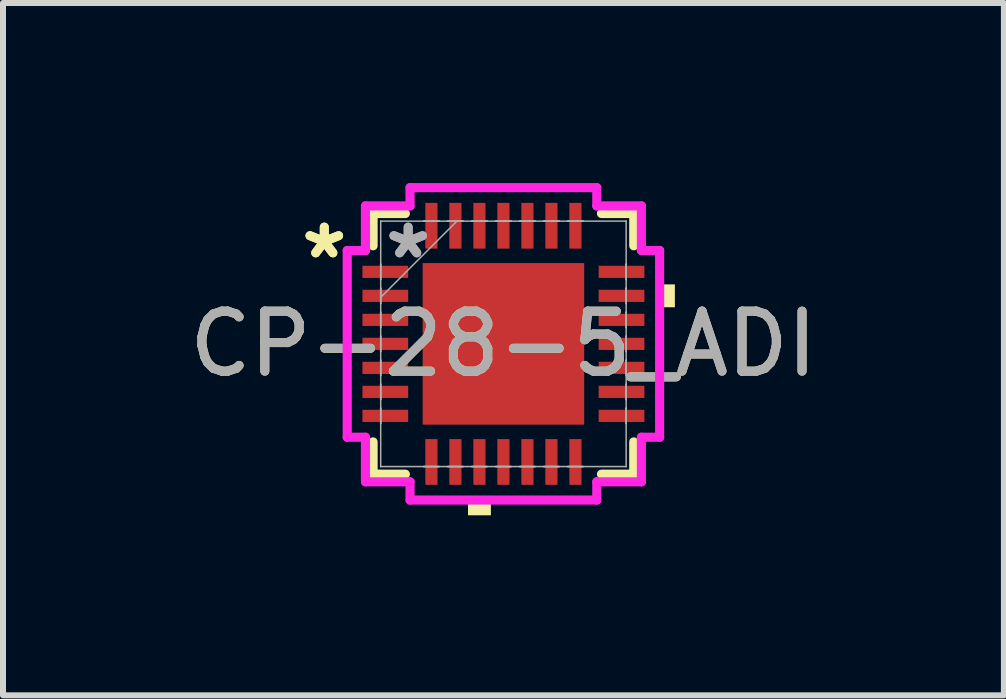
<source format=kicad_pcb>
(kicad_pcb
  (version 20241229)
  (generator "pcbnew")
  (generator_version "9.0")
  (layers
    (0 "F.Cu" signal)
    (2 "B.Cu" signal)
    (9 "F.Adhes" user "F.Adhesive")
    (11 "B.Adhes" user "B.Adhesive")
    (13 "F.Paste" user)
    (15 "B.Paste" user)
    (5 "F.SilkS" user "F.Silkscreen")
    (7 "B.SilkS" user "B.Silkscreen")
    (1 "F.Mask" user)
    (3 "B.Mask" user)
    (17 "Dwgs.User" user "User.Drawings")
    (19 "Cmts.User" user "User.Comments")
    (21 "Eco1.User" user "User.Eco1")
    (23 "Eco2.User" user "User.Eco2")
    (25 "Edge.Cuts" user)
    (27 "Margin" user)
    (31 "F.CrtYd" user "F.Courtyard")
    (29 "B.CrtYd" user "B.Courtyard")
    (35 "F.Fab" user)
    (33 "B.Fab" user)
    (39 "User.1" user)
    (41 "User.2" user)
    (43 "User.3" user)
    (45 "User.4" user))
  (footprint "CP-28-5_ADI"
    (layer "F.Cu")
    (at 5.339 2.68)
    (property "Reference" "CP-28-5_ADI" (at 0 0 0) (unlocked yes) (layer "F.SilkS") (effects (font (size 1 1) (thickness 0.15))))
    (attr smd)
    (fp_line (start -2.172 -2.172) (end -2.172 -1.634) (stroke (width 0.152) (type solid)) (layer "F.SilkS"))
    (fp_line (start -2.172 1.634) (end -2.172 2.172) (stroke (width 0.152) (type solid)) (layer "F.SilkS"))
    (fp_line (start -2.172 2.172) (end -1.634 2.172) (stroke (width 0.152) (type solid)) (layer "F.SilkS"))
    (fp_line (start -1.634 -2.172) (end -2.172 -2.172) (stroke (width 0.152) (type solid)) (layer "F.SilkS"))
    (fp_line (start 1.634 2.172) (end 2.172 2.172) (stroke (width 0.152) (type solid)) (layer "F.SilkS"))
    (fp_line (start 2.172 -2.172) (end 1.634 -2.172) (stroke (width 0.152) (type solid)) (layer "F.SilkS"))
    (fp_line (start 2.172 -1.634) (end 2.172 -2.172) (stroke (width 0.152) (type solid)) (layer "F.SilkS"))
    (fp_line (start 2.172 2.172) (end 2.172 1.634) (stroke (width 0.152) (type solid)) (layer "F.SilkS"))
    (fp_poly (pts (xy -0.59 2.603) (xy -0.59 2.857) (xy -0.209 2.857) (xy -0.209 2.603)) (stroke (width 0) (type solid)) (fill yes) (layer "F.SilkS"))
    (fp_poly (pts (xy 2.857 -0.991) (xy 2.857 -0.61) (xy 2.603 -0.61) (xy 2.603 -0.991)) (stroke (width 0) (type solid)) (fill yes) (layer "F.SilkS"))
    (fp_poly (pts (xy -1.246 -1.246) (xy -1.246 -0.1) (xy -0.1 -0.1) (xy -0.1 -1.246)) (stroke (width 0) (type solid)) (fill yes) (layer "F.Paste"))
    (fp_poly (pts (xy -1.246 0.1) (xy -1.246 1.246) (xy -0.1 1.246) (xy -0.1 0.1)) (stroke (width 0) (type solid)) (fill yes) (layer "F.Paste"))
    (fp_poly (pts (xy 0.1 -1.246) (xy 0.1 -0.1) (xy 1.246 -0.1) (xy 1.246 -1.246)) (stroke (width 0) (type solid)) (fill yes) (layer "F.Paste"))
    (fp_poly (pts (xy 0.1 0.1) (xy 0.1 1.246) (xy 1.246 1.246) (xy 1.246 0.1)) (stroke (width 0) (type solid)) (fill yes) (layer "F.Paste"))
    (fp_line (start -2.603 -1.556) (end -2.299 -1.556) (stroke (width 0.152) (type solid)) (layer "F.CrtYd"))
    (fp_line (start -2.603 1.556) (end -2.603 -1.556) (stroke (width 0.152) (type solid)) (layer "F.CrtYd"))
    (fp_line (start -2.299 -2.299) (end -1.556 -2.299) (stroke (width 0.152) (type solid)) (layer "F.CrtYd"))
    (fp_line (start -2.299 -1.556) (end -2.299 -2.299) (stroke (width 0.152) (type solid)) (layer "F.CrtYd"))
    (fp_line (start -2.299 1.556) (end -2.603 1.556) (stroke (width 0.152) (type solid)) (layer "F.CrtYd"))
    (fp_line (start -2.299 2.299) (end -2.299 1.556) (stroke (width 0.152) (type solid)) (layer "F.CrtYd"))
    (fp_line (start -1.556 -2.603) (end 1.556 -2.603) (stroke (width 0.152) (type solid)) (layer "F.CrtYd"))
    (fp_line (start -1.556 -2.299) (end -1.556 -2.603) (stroke (width 0.152) (type solid)) (layer "F.CrtYd"))
    (fp_line (start -1.556 2.299) (end -2.299 2.299) (stroke (width 0.152) (type solid)) (layer "F.CrtYd"))
    (fp_line (start -1.556 2.603) (end -1.556 2.299) (stroke (width 0.152) (type solid)) (layer "F.CrtYd"))
    (fp_line (start 1.556 -2.603) (end 1.556 -2.299) (stroke (width 0.152) (type solid)) (layer "F.CrtYd"))
    (fp_line (start 1.556 -2.299) (end 2.299 -2.299) (stroke (width 0.152) (type solid)) (layer "F.CrtYd"))
    (fp_line (start 1.556 2.299) (end 1.556 2.603) (stroke (width 0.152) (type solid)) (layer "F.CrtYd"))
    (fp_line (start 1.556 2.603) (end -1.556 2.603) (stroke (width 0.152) (type solid)) (layer "F.CrtYd"))
    (fp_line (start 2.299 -2.299) (end 2.299 -1.556) (stroke (width 0.152) (type solid)) (layer "F.CrtYd"))
    (fp_line (start 2.299 -1.556) (end 2.603 -1.556) (stroke (width 0.152) (type solid)) (layer "F.CrtYd"))
    (fp_line (start 2.299 1.556) (end 2.299 2.299) (stroke (width 0.152) (type solid)) (layer "F.CrtYd"))
    (fp_line (start 2.299 2.299) (end 1.556 2.299) (stroke (width 0.152) (type solid)) (layer "F.CrtYd"))
    (fp_line (start 2.603 -1.556) (end 2.603 1.556) (stroke (width 0.152) (type solid)) (layer "F.CrtYd"))
    (fp_line (start 2.603 1.556) (end 2.299 1.556) (stroke (width 0.152) (type solid)) (layer "F.CrtYd"))
    (fp_line (start -2.045 -2.045) (end -2.045 -2.045) (stroke (width 0.025) (type solid)) (layer "F.Fab"))
    (fp_line (start -2.045 -2.045) (end -2.045 2.045) (stroke (width 0.025) (type solid)) (layer "F.Fab"))
    (fp_line (start -2.045 -1.327) (end -2.045 -1.327) (stroke (width 0.025) (type solid)) (layer "F.Fab"))
    (fp_line (start -2.045 -1.327) (end -2.045 -1.073) (stroke (width 0.025) (type solid)) (layer "F.Fab"))
    (fp_line (start -2.045 -1.073) (end -2.045 -1.327) (stroke (width 0.025) (type solid)) (layer "F.Fab"))
    (fp_line (start -2.045 -1.073) (end -2.045 -1.073) (stroke (width 0.025) (type solid)) (layer "F.Fab"))
    (fp_line (start -2.045 -0.927) (end -2.045 -0.927) (stroke (width 0.025) (type solid)) (layer "F.Fab"))
    (fp_line (start -2.045 -0.927) (end -2.045 -0.673) (stroke (width 0.025) (type solid)) (layer "F.Fab"))
    (fp_line (start -2.045 -0.775) (end -0.775 -2.045) (stroke (width 0.025) (type solid)) (layer "F.Fab"))
    (fp_line (start -2.045 -0.673) (end -2.045 -0.927) (stroke (width 0.025) (type solid)) (layer "F.Fab"))
    (fp_line (start -2.045 -0.673) (end -2.045 -0.673) (stroke (width 0.025) (type solid)) (layer "F.Fab"))
    (fp_line (start -2.045 -0.527) (end -2.045 -0.527) (stroke (width 0.025) (type solid)) (layer "F.Fab"))
    (fp_line (start -2.045 -0.527) (end -2.045 -0.273) (stroke (width 0.025) (type solid)) (layer "F.Fab"))
    (fp_line (start -2.045 -0.273) (end -2.045 -0.527) (stroke (width 0.025) (type solid)) (layer "F.Fab"))
    (fp_line (start -2.045 -0.273) (end -2.045 -0.273) (stroke (width 0.025) (type solid)) (layer "F.Fab"))
    (fp_line (start -2.045 -0.127) (end -2.045 -0.127) (stroke (width 0.025) (type solid)) (layer "F.Fab"))
    (fp_line (start -2.045 -0.127) (end -2.045 0.127) (stroke (width 0.025) (type solid)) (layer "F.Fab"))
    (fp_line (start -2.045 0.127) (end -2.045 -0.127) (stroke (width 0.025) (type solid)) (layer "F.Fab"))
    (fp_line (start -2.045 0.127) (end -2.045 0.127) (stroke (width 0.025) (type solid)) (layer "F.Fab"))
    (fp_line (start -2.045 0.273) (end -2.045 0.273) (stroke (width 0.025) (type solid)) (layer "F.Fab"))
    (fp_line (start -2.045 0.273) (end -2.045 0.527) (stroke (width 0.025) (type solid)) (layer "F.Fab"))
    (fp_line (start -2.045 0.527) (end -2.045 0.273) (stroke (width 0.025) (type solid)) (layer "F.Fab"))
    (fp_line (start -2.045 0.527) (end -2.045 0.527) (stroke (width 0.025) (type solid)) (layer "F.Fab"))
    (fp_line (start -2.045 0.673) (end -2.045 0.673) (stroke (width 0.025) (type solid)) (layer "F.Fab"))
    (fp_line (start -2.045 0.673) (end -2.045 0.927) (stroke (width 0.025) (type solid)) (layer "F.Fab"))
    (fp_line (start -2.045 0.927) (end -2.045 0.673) (stroke (width 0.025) (type solid)) (layer "F.Fab"))
    (fp_line (start -2.045 0.927) (end -2.045 0.927) (stroke (width 0.025) (type solid)) (layer "F.Fab"))
    (fp_line (start -2.045 1.073) (end -2.045 1.073) (stroke (width 0.025) (type solid)) (layer "F.Fab"))
    (fp_line (start -2.045 1.073) (end -2.045 1.327) (stroke (width 0.025) (type solid)) (layer "F.Fab"))
    (fp_line (start -2.045 1.327) (end -2.045 1.073) (stroke (width 0.025) (type solid)) (layer "F.Fab"))
    (fp_line (start -2.045 1.327) (end -2.045 1.327) (stroke (width 0.025) (type solid)) (layer "F.Fab"))
    (fp_line (start -2.045 2.045) (end -2.045 2.045) (stroke (width 0.025) (type solid)) (layer "F.Fab"))
    (fp_line (start -2.045 2.045) (end 2.045 2.045) (stroke (width 0.025) (type solid)) (layer "F.Fab"))
    (fp_line (start -1.327 -2.045) (end -1.327 -2.045) (stroke (width 0.025) (type solid)) (layer "F.Fab"))
    (fp_line (start -1.327 -2.045) (end -1.073 -2.045) (stroke (width 0.025) (type solid)) (layer "F.Fab"))
    (fp_line (start -1.327 2.045) (end -1.327 2.045) (stroke (width 0.025) (type solid)) (layer "F.Fab"))
    (fp_line (start -1.327 2.045) (end -1.073 2.045) (stroke (width 0.025) (type solid)) (layer "F.Fab"))
    (fp_line (start -1.073 -2.045) (end -1.327 -2.045) (stroke (width 0.025) (type solid)) (layer "F.Fab"))
    (fp_line (start -1.073 -2.045) (end -1.073 -2.045) (stroke (width 0.025) (type solid)) (layer "F.Fab"))
    (fp_line (start -1.073 2.045) (end -1.327 2.045) (stroke (width 0.025) (type solid)) (layer "F.Fab"))
    (fp_line (start -1.073 2.045) (end -1.073 2.045) (stroke (width 0.025) (type solid)) (layer "F.Fab"))
    (fp_line (start -0.927 -2.045) (end -0.927 -2.045) (stroke (width 0.025) (type solid)) (layer "F.Fab"))
    (fp_line (start -0.927 -2.045) (end -0.673 -2.045) (stroke (width 0.025) (type solid)) (layer "F.Fab"))
    (fp_line (start -0.927 2.045) (end -0.927 2.045) (stroke (width 0.025) (type solid)) (layer "F.Fab"))
    (fp_line (start -0.927 2.045) (end -0.673 2.045) (stroke (width 0.025) (type solid)) (layer "F.Fab"))
    (fp_line (start -0.673 -2.045) (end -0.927 -2.045) (stroke (width 0.025) (type solid)) (layer "F.Fab"))
    (fp_line (start -0.673 -2.045) (end -0.673 -2.045) (stroke (width 0.025) (type solid)) (layer "F.Fab"))
    (fp_line (start -0.673 2.045) (end -0.927 2.045) (stroke (width 0.025) (type solid)) (layer "F.Fab"))
    (fp_line (start -0.673 2.045) (end -0.673 2.045) (stroke (width 0.025) (type solid)) (layer "F.Fab"))
    (fp_line (start -0.527 -2.045) (end -0.527 -2.045) (stroke (width 0.025) (type solid)) (layer "F.Fab"))
    (fp_line (start -0.527 -2.045) (end -0.273 -2.045) (stroke (width 0.025) (type solid)) (layer "F.Fab"))
    (fp_line (start -0.527 2.045) (end -0.527 2.045) (stroke (width 0.025) (type solid)) (layer "F.Fab"))
    (fp_line (start -0.527 2.045) (end -0.273 2.045) (stroke (width 0.025) (type solid)) (layer "F.Fab"))
    (fp_line (start -0.273 -2.045) (end -0.527 -2.045) (stroke (width 0.025) (type solid)) (layer "F.Fab"))
    (fp_line (start -0.273 -2.045) (end -0.273 -2.045) (stroke (width 0.025) (type solid)) (layer "F.Fab"))
    (fp_line (start -0.273 2.045) (end -0.527 2.045) (stroke (width 0.025) (type solid)) (layer "F.Fab"))
    (fp_line (start -0.273 2.045) (end -0.273 2.045) (stroke (width 0.025) (type solid)) (layer "F.Fab"))
    (fp_line (start -0.127 -2.045) (end -0.127 -2.045) (stroke (width 0.025) (type solid)) (layer "F.Fab"))
    (fp_line (start -0.127 -2.045) (end 0.127 -2.045) (stroke (width 0.025) (type solid)) (layer "F.Fab"))
    (fp_line (start -0.127 2.045) (end -0.127 2.045) (stroke (width 0.025) (type solid)) (layer "F.Fab"))
    (fp_line (start -0.127 2.045) (end 0.127 2.045) (stroke (width 0.025) (type solid)) (layer "F.Fab"))
    (fp_line (start 0.127 -2.045) (end -0.127 -2.045) (stroke (width 0.025) (type solid)) (layer "F.Fab"))
    (fp_line (start 0.127 -2.045) (end 0.127 -2.045) (stroke (width 0.025) (type solid)) (layer "F.Fab"))
    (fp_line (start 0.127 2.045) (end -0.127 2.045) (stroke (width 0.025) (type solid)) (layer "F.Fab"))
    (fp_line (start 0.127 2.045) (end 0.127 2.045) (stroke (width 0.025) (type solid)) (layer "F.Fab"))
    (fp_line (start 0.273 -2.045) (end 0.273 -2.045) (stroke (width 0.025) (type solid)) (layer "F.Fab"))
    (fp_line (start 0.273 -2.045) (end 0.527 -2.045) (stroke (width 0.025) (type solid)) (layer "F.Fab"))
    (fp_line (start 0.273 2.045) (end 0.273 2.045) (stroke (width 0.025) (type solid)) (layer "F.Fab"))
    (fp_line (start 0.273 2.045) (end 0.527 2.045) (stroke (width 0.025) (type solid)) (layer "F.Fab"))
    (fp_line (start 0.527 -2.045) (end 0.273 -2.045) (stroke (width 0.025) (type solid)) (layer "F.Fab"))
    (fp_line (start 0.527 -2.045) (end 0.527 -2.045) (stroke (width 0.025) (type solid)) (layer "F.Fab"))
    (fp_line (start 0.527 2.045) (end 0.273 2.045) (stroke (width 0.025) (type solid)) (layer "F.Fab"))
    (fp_line (start 0.527 2.045) (end 0.527 2.045) (stroke (width 0.025) (type solid)) (layer "F.Fab"))
    (fp_line (start 0.673 -2.045) (end 0.673 -2.045) (stroke (width 0.025) (type solid)) (layer "F.Fab"))
    (fp_line (start 0.673 -2.045) (end 0.927 -2.045) (stroke (width 0.025) (type solid)) (layer "F.Fab"))
    (fp_line (start 0.673 2.045) (end 0.673 2.045) (stroke (width 0.025) (type solid)) (layer "F.Fab"))
    (fp_line (start 0.673 2.045) (end 0.927 2.045) (stroke (width 0.025) (type solid)) (layer "F.Fab"))
    (fp_line (start 0.927 -2.045) (end 0.673 -2.045) (stroke (width 0.025) (type solid)) (layer "F.Fab"))
    (fp_line (start 0.927 -2.045) (end 0.927 -2.045) (stroke (width 0.025) (type solid)) (layer "F.Fab"))
    (fp_line (start 0.927 2.045) (end 0.673 2.045) (stroke (width 0.025) (type solid)) (layer "F.Fab"))
    (fp_line (start 0.927 2.045) (end 0.927 2.045) (stroke (width 0.025) (type solid)) (layer "F.Fab"))
    (fp_line (start 1.073 -2.045) (end 1.073 -2.045) (stroke (width 0.025) (type solid)) (layer "F.Fab"))
    (fp_line (start 1.073 -2.045) (end 1.327 -2.045) (stroke (width 0.025) (type solid)) (layer "F.Fab"))
    (fp_line (start 1.073 2.045) (end 1.073 2.045) (stroke (width 0.025) (type solid)) (layer "F.Fab"))
    (fp_line (start 1.073 2.045) (end 1.327 2.045) (stroke (width 0.025) (type solid)) (layer "F.Fab"))
    (fp_line (start 1.327 -2.045) (end 1.073 -2.045) (stroke (width 0.025) (type solid)) (layer "F.Fab"))
    (fp_line (start 1.327 -2.045) (end 1.327 -2.045) (stroke (width 0.025) (type solid)) (layer "F.Fab"))
    (fp_line (start 1.327 2.045) (end 1.073 2.045) (stroke (width 0.025) (type solid)) (layer "F.Fab"))
    (fp_line (start 1.327 2.045) (end 1.327 2.045) (stroke (width 0.025) (type solid)) (layer "F.Fab"))
    (fp_line (start 2.045 -2.045) (end -2.045 -2.045) (stroke (width 0.025) (type solid)) (layer "F.Fab"))
    (fp_line (start 2.045 -2.045) (end 2.045 -2.045) (stroke (width 0.025) (type solid)) (layer "F.Fab"))
    (fp_line (start 2.045 -1.327) (end 2.045 -1.327) (stroke (width 0.025) (type solid)) (layer "F.Fab"))
    (fp_line (start 2.045 -1.327) (end 2.045 -1.073) (stroke (width 0.025) (type solid)) (layer "F.Fab"))
    (fp_line (start 2.045 -1.073) (end 2.045 -1.327) (stroke (width 0.025) (type solid)) (layer "F.Fab"))
    (fp_line (start 2.045 -1.073) (end 2.045 -1.073) (stroke (width 0.025) (type solid)) (layer "F.Fab"))
    (fp_line (start 2.045 -0.927) (end 2.045 -0.927) (stroke (width 0.025) (type solid)) (layer "F.Fab"))
    (fp_line (start 2.045 -0.927) (end 2.045 -0.673) (stroke (width 0.025) (type solid)) (layer "F.Fab"))
    (fp_line (start 2.045 -0.673) (end 2.045 -0.927) (stroke (width 0.025) (type solid)) (layer "F.Fab"))
    (fp_line (start 2.045 -0.673) (end 2.045 -0.673) (stroke (width 0.025) (type solid)) (layer "F.Fab"))
    (fp_line (start 2.045 -0.527) (end 2.045 -0.527) (stroke (width 0.025) (type solid)) (layer "F.Fab"))
    (fp_line (start 2.045 -0.527) (end 2.045 -0.273) (stroke (width 0.025) (type solid)) (layer "F.Fab"))
    (fp_line (start 2.045 -0.273) (end 2.045 -0.527) (stroke (width 0.025) (type solid)) (layer "F.Fab"))
    (fp_line (start 2.045 -0.273) (end 2.045 -0.273) (stroke (width 0.025) (type solid)) (layer "F.Fab"))
    (fp_line (start 2.045 -0.127) (end 2.045 -0.127) (stroke (width 0.025) (type solid)) (layer "F.Fab"))
    (fp_line (start 2.045 -0.127) (end 2.045 0.127) (stroke (width 0.025) (type solid)) (layer "F.Fab"))
    (fp_line (start 2.045 0.127) (end 2.045 -0.127) (stroke (width 0.025) (type solid)) (layer "F.Fab"))
    (fp_line (start 2.045 0.127) (end 2.045 0.127) (stroke (width 0.025) (type solid)) (layer "F.Fab"))
    (fp_line (start 2.045 0.273) (end 2.045 0.273) (stroke (width 0.025) (type solid)) (layer "F.Fab"))
    (fp_line (start 2.045 0.273) (end 2.045 0.527) (stroke (width 0.025) (type solid)) (layer "F.Fab"))
    (fp_line (start 2.045 0.527) (end 2.045 0.273) (stroke (width 0.025) (type solid)) (layer "F.Fab"))
    (fp_line (start 2.045 0.527) (end 2.045 0.527) (stroke (width 0.025) (type solid)) (layer "F.Fab"))
    (fp_line (start 2.045 0.673) (end 2.045 0.673) (stroke (width 0.025) (type solid)) (layer "F.Fab"))
    (fp_line (start 2.045 0.673) (end 2.045 0.927) (stroke (width 0.025) (type solid)) (layer "F.Fab"))
    (fp_line (start 2.045 0.927) (end 2.045 0.673) (stroke (width 0.025) (type solid)) (layer "F.Fab"))
    (fp_line (start 2.045 0.927) (end 2.045 0.927) (stroke (width 0.025) (type solid)) (layer "F.Fab"))
    (fp_line (start 2.045 1.073) (end 2.045 1.073) (stroke (width 0.025) (type solid)) (layer "F.Fab"))
    (fp_line (start 2.045 1.073) (end 2.045 1.327) (stroke (width 0.025) (type solid)) (layer "F.Fab"))
    (fp_line (start 2.045 1.327) (end 2.045 1.073) (stroke (width 0.025) (type solid)) (layer "F.Fab"))
    (fp_line (start 2.045 1.327) (end 2.045 1.327) (stroke (width 0.025) (type solid)) (layer "F.Fab"))
    (fp_line (start 2.045 2.045) (end 2.045 -2.045) (stroke (width 0.025) (type solid)) (layer "F.Fab"))
    (fp_line (start 2.045 2.045) (end 2.045 2.045) (stroke (width 0.025) (type solid)) (layer "F.Fab"))
    (fp_text user "*" (at -2.985 -1.4 0) (unlocked yes) (layer "F.SilkS") (effects (font (size 1 1) (thickness 0.15))))
    (fp_text user "*" (at -2.985 -1.4 0) (layer "F.SilkS") (effects (font (size 1 1) (thickness 0.15))))
    (fp_text user "${REFERENCE}" (at 0 0 0) (unlocked yes) (layer "F.Fab") (effects (font (size 1 1) (thickness 0.15))))
    (fp_text user "*" (at -1.587 -1.4 0) (layer "F.Fab") (effects (font (size 1 1) (thickness 0.15))))
    (fp_text user "*" (at -1.587 -1.4 0) (unlocked yes) (layer "F.Fab") (effects (font (size 1 1) (thickness 0.15))))
    (pad "1" smd rect (at -1.968 -1.2 90) (size 0.203 0.762) (layers "F.Cu" "F.Mask" "F.Paste"))
    (pad "2" smd rect (at -1.968 -0.8 90) (size 0.203 0.762) (layers "F.Cu" "F.Mask" "F.Paste"))
    (pad "3" smd rect (at -1.968 -0.4 90) (size 0.203 0.762) (layers "F.Cu" "F.Mask" "F.Paste"))
    (pad "4" smd rect (at -1.968 0 90) (size 0.203 0.762) (layers "F.Cu" "F.Mask" "F.Paste"))
    (pad "5" smd rect (at -1.968 0.4 90) (size 0.203 0.762) (layers "F.Cu" "F.Mask" "F.Paste"))
    (pad "6" smd rect (at -1.968 0.8 90) (size 0.203 0.762) (layers "F.Cu" "F.Mask" "F.Paste"))
    (pad "7" smd rect (at -1.968 1.2 90) (size 0.203 0.762) (layers "F.Cu" "F.Mask" "F.Paste"))
    (pad "8" smd rect (at -1.2 1.968) (size 0.203 0.762) (layers "F.Cu" "F.Mask" "F.Paste"))
    (pad "9" smd rect (at -0.8 1.968) (size 0.203 0.762) (layers "F.Cu" "F.Mask" "F.Paste"))
    (pad "10" smd rect (at -0.4 1.968) (size 0.203 0.762) (layers "F.Cu" "F.Mask" "F.Paste"))
    (pad "11" smd rect (at 0 1.968) (size 0.203 0.762) (layers "F.Cu" "F.Mask" "F.Paste"))
    (pad "12" smd rect (at 0.4 1.968) (size 0.203 0.762) (layers "F.Cu" "F.Mask" "F.Paste"))
    (pad "13" smd rect (at 0.8 1.968) (size 0.203 0.762) (layers "F.Cu" "F.Mask" "F.Paste"))
    (pad "14" smd rect (at 1.2 1.968) (size 0.203 0.762) (layers "F.Cu" "F.Mask" "F.Paste"))
    (pad "15" smd rect (at 1.968 1.2 90) (size 0.203 0.762) (layers "F.Cu" "F.Mask" "F.Paste"))
    (pad "16" smd rect (at 1.968 0.8 90) (size 0.203 0.762) (layers "F.Cu" "F.Mask" "F.Paste"))
    (pad "17" smd rect (at 1.968 0.4 90) (size 0.203 0.762) (layers "F.Cu" "F.Mask" "F.Paste"))
    (pad "18" smd rect (at 1.968 0 90) (size 0.203 0.762) (layers "F.Cu" "F.Mask" "F.Paste"))
    (pad "19" smd rect (at 1.968 -0.4 90) (size 0.203 0.762) (layers "F.Cu" "F.Mask" "F.Paste"))
    (pad "20" smd rect (at 1.968 -0.8 90) (size 0.203 0.762) (layers "F.Cu" "F.Mask" "F.Paste"))
    (pad "21" smd rect (at 1.968 -1.2 90) (size 0.203 0.762) (layers "F.Cu" "F.Mask" "F.Paste"))
    (pad "22" smd rect (at 1.2 -1.968) (size 0.203 0.762) (layers "F.Cu" "F.Mask" "F.Paste"))
    (pad "23" smd rect (at 0.8 -1.968) (size 0.203 0.762) (layers "F.Cu" "F.Mask" "F.Paste"))
    (pad "24" smd rect (at 0.4 -1.968) (size 0.203 0.762) (layers "F.Cu" "F.Mask" "F.Paste"))
    (pad "25" smd rect (at 0 -1.968) (size 0.203 0.762) (layers "F.Cu" "F.Mask" "F.Paste"))
    (pad "26" smd rect (at -0.4 -1.968) (size 0.203 0.762) (layers "F.Cu" "F.Mask" "F.Paste"))
    (pad "27" smd rect (at -0.8 -1.968) (size 0.203 0.762) (layers "F.Cu" "F.Mask" "F.Paste"))
    (pad "28" smd rect (at -1.2 -1.968) (size 0.203 0.762) (layers "F.Cu" "F.Mask" "F.Paste"))
    (pad "29" smd rect (at 0 0) (size 2.692 2.692) (layers "F.Cu" "F.Mask")))
  (gr_rect
    (start -3 -3)
    (end 13.679 8.537)
    (stroke (width 0.1) (type default))
    (fill no)
    (layer "Edge.Cuts")))
</source>
